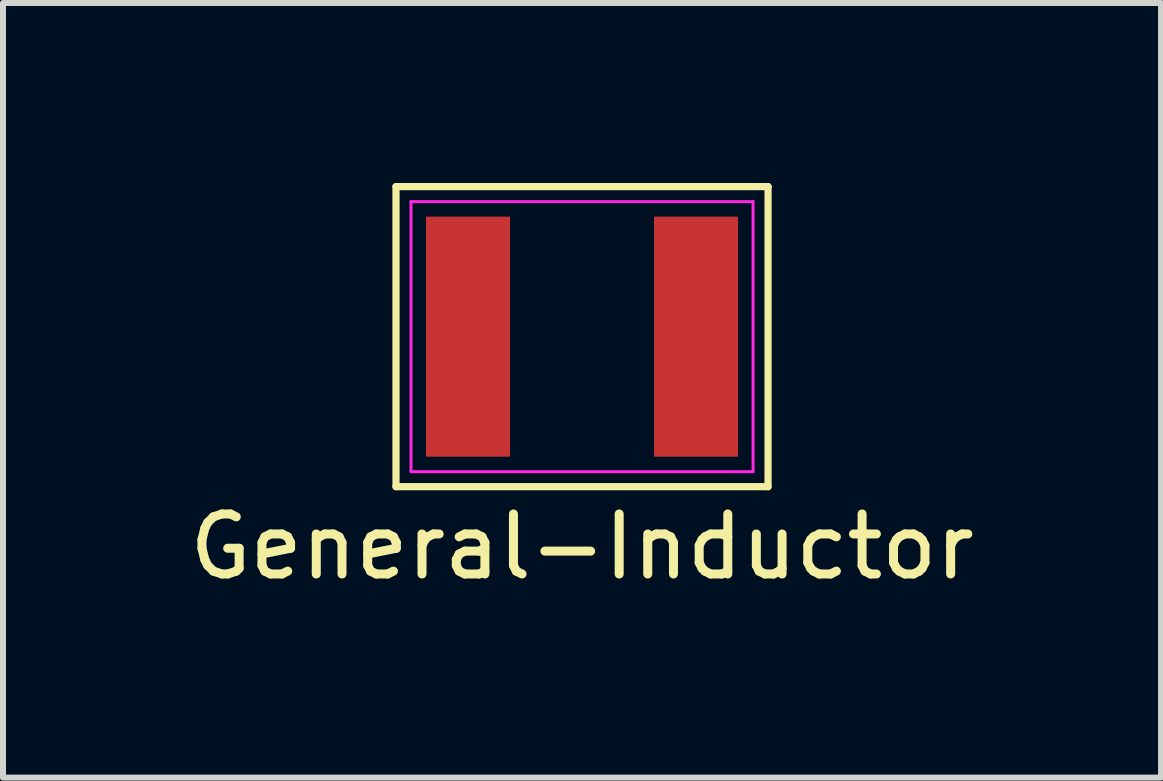
<source format=kicad_pcb>
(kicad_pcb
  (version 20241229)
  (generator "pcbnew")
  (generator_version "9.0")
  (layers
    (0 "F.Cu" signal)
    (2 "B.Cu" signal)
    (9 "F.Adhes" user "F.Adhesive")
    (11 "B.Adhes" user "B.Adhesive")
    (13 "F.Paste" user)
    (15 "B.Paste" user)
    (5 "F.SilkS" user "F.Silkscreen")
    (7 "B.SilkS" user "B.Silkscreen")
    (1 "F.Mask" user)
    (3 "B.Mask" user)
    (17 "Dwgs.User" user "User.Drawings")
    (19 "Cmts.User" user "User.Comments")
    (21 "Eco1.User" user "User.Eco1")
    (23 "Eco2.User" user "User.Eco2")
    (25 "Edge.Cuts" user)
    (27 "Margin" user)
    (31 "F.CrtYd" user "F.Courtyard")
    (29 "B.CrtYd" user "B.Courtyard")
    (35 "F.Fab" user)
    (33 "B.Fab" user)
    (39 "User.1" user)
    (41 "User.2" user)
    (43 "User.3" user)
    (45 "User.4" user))
  (footprint "General-Inductor"
    (layer "F.Cu")
    (at 6.649 2.56)
    (property "Reference" "General-Inductor" (at 0 3.5 0) (layer "F.SilkS") (effects (font (size 1 1) (thickness 0.15))))
    (attr smd)
    (fp_line (start -3.1 -2.5) (end 3.1 -2.5) (stroke (width 0.12) (type default)) (layer "F.SilkS"))
    (fp_line (start -3.1 2.5) (end -3.1 -2.5) (stroke (width 0.12) (type default)) (layer "F.SilkS"))
    (fp_line (start 3.1 -2.5) (end 3.1 2.5) (stroke (width 0.12) (type default)) (layer "F.SilkS"))
    (fp_line (start 3.1 2.5) (end -3.1 2.5) (stroke (width 0.12) (type default)) (layer "F.SilkS"))
    (fp_line (start -2.85 -2.25) (end 2.85 -2.25) (stroke (width 0.05) (type default)) (layer "F.CrtYd"))
    (fp_line (start -2.85 2.25) (end -2.85 -2.25) (stroke (width 0.05) (type default)) (layer "F.CrtYd"))
    (fp_line (start 2.85 -2.25) (end 2.85 2.25) (stroke (width 0.05) (type default)) (layer "F.CrtYd"))
    (fp_line (start 2.85 2.25) (end -2.85 2.25) (stroke (width 0.05) (type default)) (layer "F.CrtYd"))
    (pad "1" smd rect (at -1.9 0) (size 1.4 4) (layers "F.Cu" "F.Mask" "F.Paste"))
    (pad "2" smd rect (at 1.9 0) (size 1.4 4) (layers "F.Cu" "F.Mask" "F.Paste")))
  (gr_rect
    (start -3 -3)
    (end 16.298 9.908)
    (stroke (width 0.1) (type default))
    (fill no)
    (layer "Edge.Cuts")))
</source>
